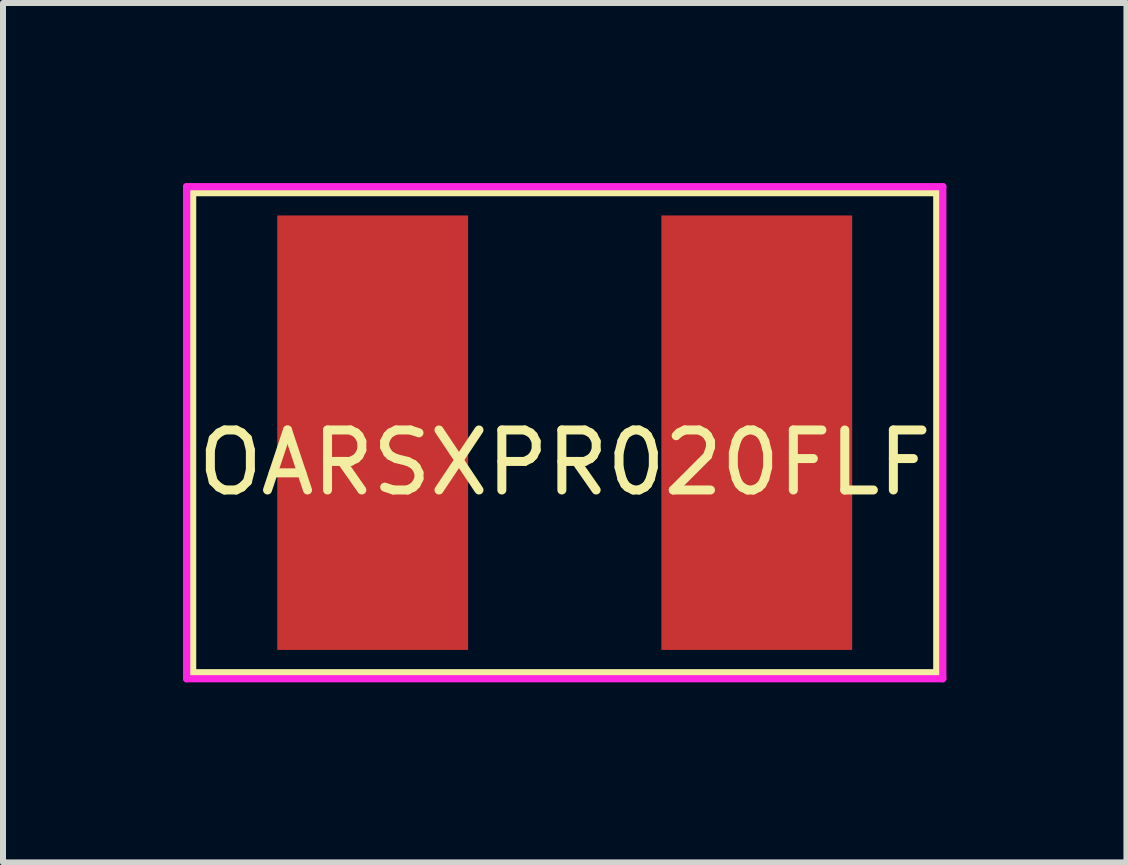
<source format=kicad_pcb>
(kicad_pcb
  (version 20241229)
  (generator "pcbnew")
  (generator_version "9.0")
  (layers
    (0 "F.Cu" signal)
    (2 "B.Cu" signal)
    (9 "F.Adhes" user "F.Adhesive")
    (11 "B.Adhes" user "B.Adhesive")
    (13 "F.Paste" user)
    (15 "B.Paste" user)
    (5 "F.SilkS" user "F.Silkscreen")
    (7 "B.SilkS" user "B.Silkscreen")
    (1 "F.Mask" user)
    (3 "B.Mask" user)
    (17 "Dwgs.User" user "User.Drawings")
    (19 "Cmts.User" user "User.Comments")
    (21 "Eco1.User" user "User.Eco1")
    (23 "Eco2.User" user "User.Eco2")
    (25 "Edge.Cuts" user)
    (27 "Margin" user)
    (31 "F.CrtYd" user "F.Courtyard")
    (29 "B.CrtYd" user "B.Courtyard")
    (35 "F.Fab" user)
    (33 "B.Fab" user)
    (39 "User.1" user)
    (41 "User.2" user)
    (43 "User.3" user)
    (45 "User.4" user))
  (footprint "OARSXPR020FLF"
    (layer "F.Cu")
    (at 6.36 4.16)
    (property "Reference" "OARSXPR020FLF" (at 0 0.5 0) (layer "F.SilkS") (effects (font (size 1 1) (thickness 0.15))))
    (attr through_hole)
    (fp_line (start -6.2 -4) (end 6.2 -4) (stroke (width 0.12) (type solid)) (layer "F.SilkS"))
    (fp_line (start -6.2 4) (end -6.2 -4) (stroke (width 0.12) (type solid)) (layer "F.SilkS"))
    (fp_line (start 6.2 -4) (end 6.2 4) (stroke (width 0.12) (type solid)) (layer "F.SilkS"))
    (fp_line (start 6.2 4) (end -6.2 4) (stroke (width 0.12) (type solid)) (layer "F.SilkS"))
    (fp_line (start -6.3 -4.1) (end 6.3 -4.1) (stroke (width 0.12) (type solid)) (layer "F.CrtYd"))
    (fp_line (start -6.3 4.1) (end -6.3 -4.1) (stroke (width 0.12) (type solid)) (layer "F.CrtYd"))
    (fp_line (start 6.3 -4.1) (end 6.3 4.1) (stroke (width 0.12) (type solid)) (layer "F.CrtYd"))
    (fp_line (start 6.3 4.1) (end -6.3 4.1) (stroke (width 0.12) (type solid)) (layer "F.CrtYd"))
    (pad "1" smd rect (at -3.2 0) (size 3.18 7.24) (layers "F.Cu" "F.Mask" "F.Paste"))
    (pad "2" smd rect (at 3.2 0) (size 3.18 7.24) (layers "F.Cu" "F.Mask" "F.Paste")))
  (gr_rect
    (start -3 -3)
    (end 15.72 11.32)
    (stroke (width 0.1) (type default))
    (fill no)
    (layer "Edge.Cuts")))
</source>
